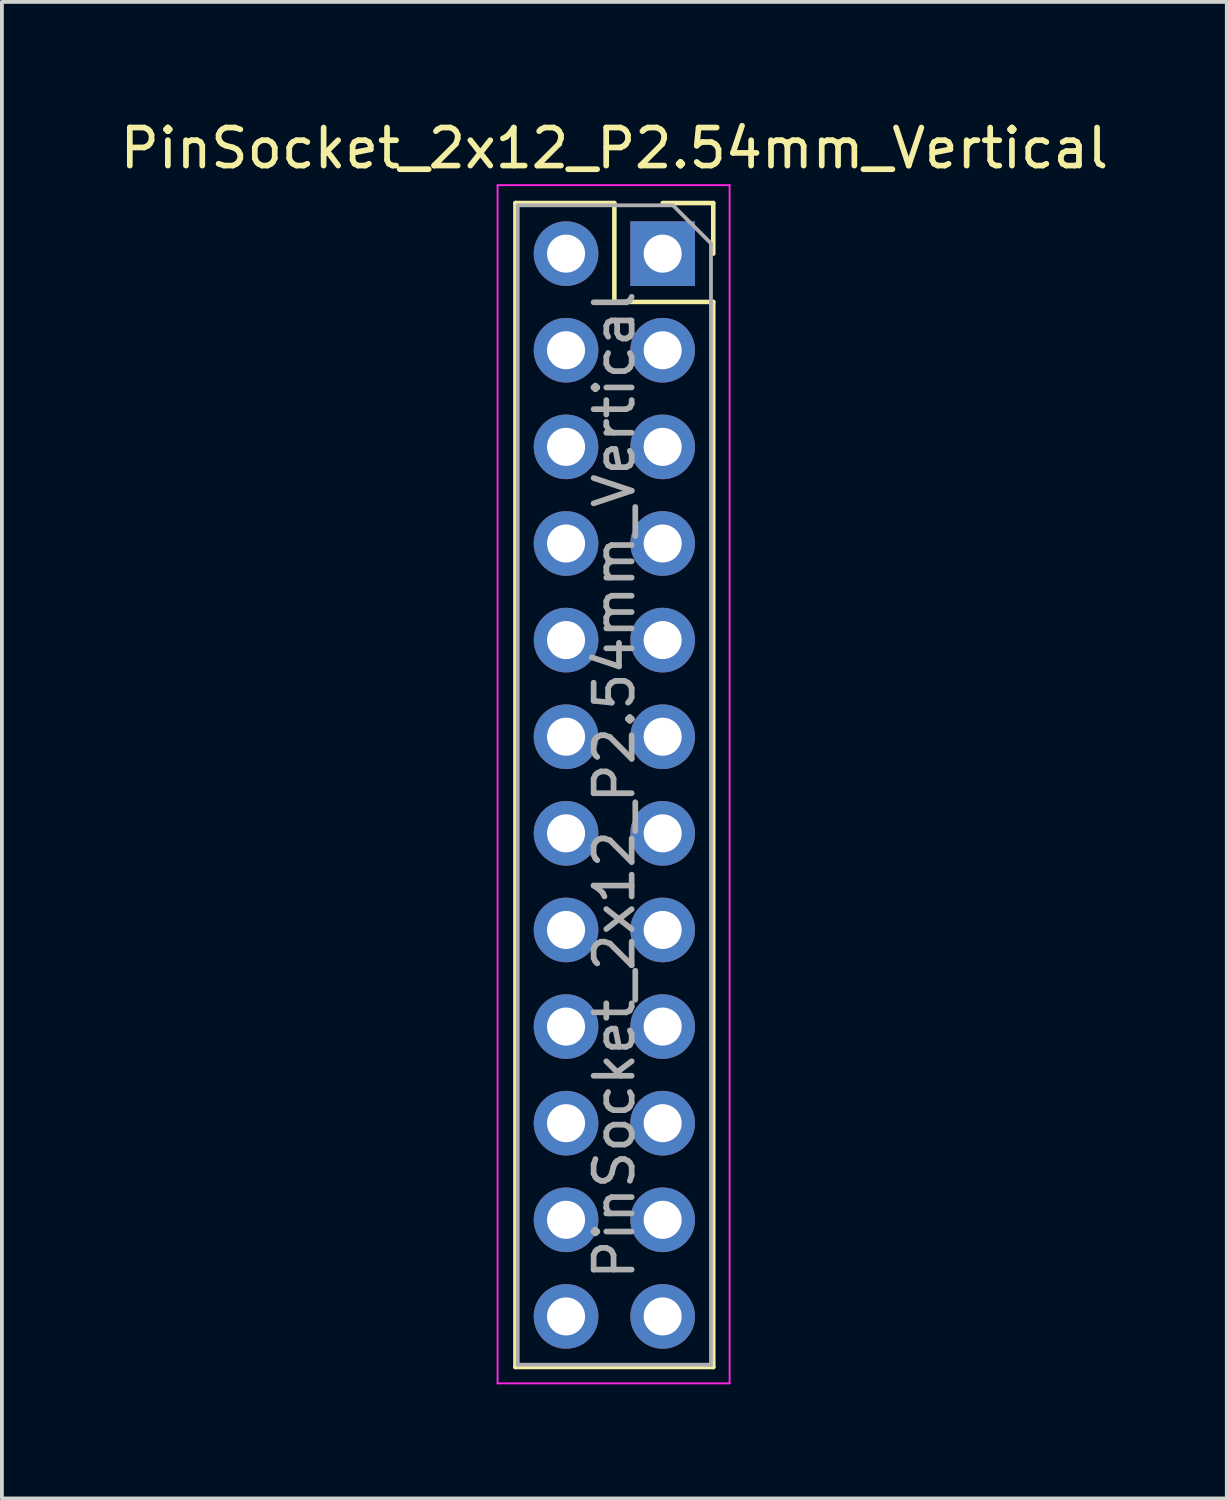
<source format=kicad_pcb>
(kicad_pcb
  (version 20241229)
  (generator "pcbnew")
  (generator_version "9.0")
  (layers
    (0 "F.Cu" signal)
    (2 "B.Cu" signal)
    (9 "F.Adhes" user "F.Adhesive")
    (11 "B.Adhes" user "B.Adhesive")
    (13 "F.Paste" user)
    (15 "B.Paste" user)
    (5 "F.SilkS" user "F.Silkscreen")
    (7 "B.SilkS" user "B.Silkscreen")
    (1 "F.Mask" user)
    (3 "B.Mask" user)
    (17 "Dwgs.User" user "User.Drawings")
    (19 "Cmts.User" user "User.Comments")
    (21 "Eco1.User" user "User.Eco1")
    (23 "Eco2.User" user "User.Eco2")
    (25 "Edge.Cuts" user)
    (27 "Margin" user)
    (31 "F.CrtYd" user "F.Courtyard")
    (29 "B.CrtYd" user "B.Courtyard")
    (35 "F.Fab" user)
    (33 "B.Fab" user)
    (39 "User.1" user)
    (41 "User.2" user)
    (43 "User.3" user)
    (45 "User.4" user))
  (footprint "PinSocket_2x12_P2.54mm_Vertical"
    (layer "F.Cu")
    (at 14.371 3.618)
    (property "Reference" "PinSocket_2x12_P2.54mm_Vertical" (at -1.27 -2.77 0) (layer "F.SilkS") (effects (font (size 1 1) (thickness 0.15))))
    (attr through_hole)
    (fp_line (start -3.87 -1.33) (end -3.87 29.27) (stroke (width 0.12) (type solid)) (layer "F.SilkS"))
    (fp_line (start -3.87 -1.33) (end -1.27 -1.33) (stroke (width 0.12) (type solid)) (layer "F.SilkS"))
    (fp_line (start -3.87 29.27) (end 1.33 29.27) (stroke (width 0.12) (type solid)) (layer "F.SilkS"))
    (fp_line (start -1.27 -1.33) (end -1.27 1.27) (stroke (width 0.12) (type solid)) (layer "F.SilkS"))
    (fp_line (start -1.27 1.27) (end 1.33 1.27) (stroke (width 0.12) (type solid)) (layer "F.SilkS"))
    (fp_line (start 0 -1.33) (end 1.33 -1.33) (stroke (width 0.12) (type solid)) (layer "F.SilkS"))
    (fp_line (start 1.33 -1.33) (end 1.33 0) (stroke (width 0.12) (type solid)) (layer "F.SilkS"))
    (fp_line (start 1.33 1.27) (end 1.33 29.27) (stroke (width 0.12) (type solid)) (layer "F.SilkS"))
    (fp_line (start -4.34 -1.8) (end 1.76 -1.8) (stroke (width 0.05) (type solid)) (layer "F.CrtYd"))
    (fp_line (start -4.34 29.7) (end -4.34 -1.8) (stroke (width 0.05) (type solid)) (layer "F.CrtYd"))
    (fp_line (start 1.76 -1.8) (end 1.76 29.7) (stroke (width 0.05) (type solid)) (layer "F.CrtYd"))
    (fp_line (start 1.76 29.7) (end -4.34 29.7) (stroke (width 0.05) (type solid)) (layer "F.CrtYd"))
    (fp_line (start -3.81 -1.27) (end 0.27 -1.27) (stroke (width 0.1) (type solid)) (layer "F.Fab"))
    (fp_line (start -3.81 29.21) (end -3.81 -1.27) (stroke (width 0.1) (type solid)) (layer "F.Fab"))
    (fp_line (start 0.27 -1.27) (end 1.27 -0.27) (stroke (width 0.1) (type solid)) (layer "F.Fab"))
    (fp_line (start 1.27 -0.27) (end 1.27 29.21) (stroke (width 0.1) (type solid)) (layer "F.Fab"))
    (fp_line (start 1.27 29.21) (end -3.81 29.21) (stroke (width 0.1) (type solid)) (layer "F.Fab"))
    (fp_text user "${REFERENCE}" (at -1.27 13.97 90) (layer "F.Fab") (effects (font (size 1 1) (thickness 0.15))))
    (pad "1" thru_hole rect (at 0 0) (size 1.7 1.7) (drill 1) (layers "*.Cu" "*.Mask"))
    (pad "2" thru_hole circle (at -2.54 0) (size 1.7 1.7) (drill 1) (layers "*.Cu" "*.Mask"))
    (pad "3" thru_hole circle (at 0 2.54) (size 1.7 1.7) (drill 1) (layers "*.Cu" "*.Mask"))
    (pad "4" thru_hole circle (at -2.54 2.54) (size 1.7 1.7) (drill 1) (layers "*.Cu" "*.Mask"))
    (pad "5" thru_hole circle (at 0 5.08) (size 1.7 1.7) (drill 1) (layers "*.Cu" "*.Mask"))
    (pad "6" thru_hole circle (at -2.54 5.08) (size 1.7 1.7) (drill 1) (layers "*.Cu" "*.Mask"))
    (pad "7" thru_hole circle (at 0 7.62) (size 1.7 1.7) (drill 1) (layers "*.Cu" "*.Mask"))
    (pad "8" thru_hole circle (at -2.54 7.62) (size 1.7 1.7) (drill 1) (layers "*.Cu" "*.Mask"))
    (pad "9" thru_hole circle (at 0 10.16) (size 1.7 1.7) (drill 1) (layers "*.Cu" "*.Mask"))
    (pad "10" thru_hole circle (at -2.54 10.16) (size 1.7 1.7) (drill 1) (layers "*.Cu" "*.Mask"))
    (pad "11" thru_hole circle (at 0 12.7) (size 1.7 1.7) (drill 1) (layers "*.Cu" "*.Mask"))
    (pad "12" thru_hole circle (at -2.54 12.7) (size 1.7 1.7) (drill 1) (layers "*.Cu" "*.Mask"))
    (pad "13" thru_hole circle (at 0 15.24) (size 1.7 1.7) (drill 1) (layers "*.Cu" "*.Mask"))
    (pad "14" thru_hole circle (at -2.54 15.24) (size 1.7 1.7) (drill 1) (layers "*.Cu" "*.Mask"))
    (pad "15" thru_hole circle (at 0 17.78) (size 1.7 1.7) (drill 1) (layers "*.Cu" "*.Mask"))
    (pad "16" thru_hole circle (at -2.54 17.78) (size 1.7 1.7) (drill 1) (layers "*.Cu" "*.Mask"))
    (pad "17" thru_hole circle (at 0 20.32) (size 1.7 1.7) (drill 1) (layers "*.Cu" "*.Mask"))
    (pad "18" thru_hole circle (at -2.54 20.32) (size 1.7 1.7) (drill 1) (layers "*.Cu" "*.Mask"))
    (pad "19" thru_hole circle (at 0 22.86) (size 1.7 1.7) (drill 1) (layers "*.Cu" "*.Mask"))
    (pad "20" thru_hole circle (at -2.54 22.86) (size 1.7 1.7) (drill 1) (layers "*.Cu" "*.Mask"))
    (pad "21" thru_hole circle (at 0 25.4) (size 1.7 1.7) (drill 1) (layers "*.Cu" "*.Mask"))
    (pad "22" thru_hole circle (at -2.54 25.4) (size 1.7 1.7) (drill 1) (layers "*.Cu" "*.Mask"))
    (pad "23" thru_hole circle (at 0 27.94) (size 1.7 1.7) (drill 1) (layers "*.Cu" "*.Mask"))
    (pad "24" thru_hole circle (at -2.54 27.94) (size 1.7 1.7) (drill 1) (layers "*.Cu" "*.Mask")))
  (gr_rect
    (start -3 -3)
    (end 29.202 36.343)
    (stroke (width 0.1) (type default))
    (fill no)
    (layer "Edge.Cuts")))
</source>
